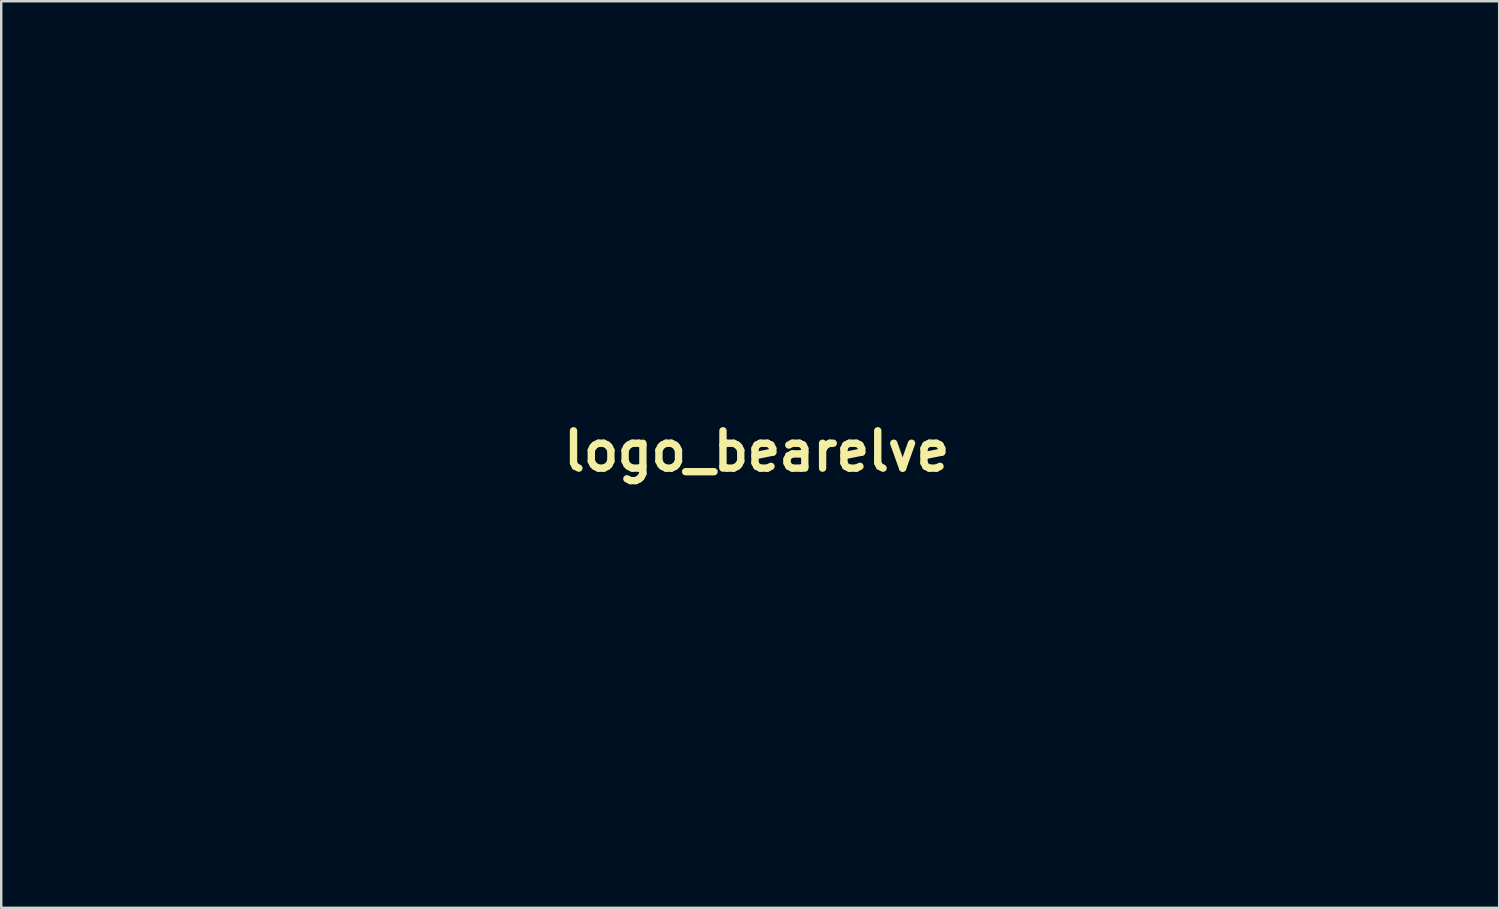
<source format=kicad_pcb>
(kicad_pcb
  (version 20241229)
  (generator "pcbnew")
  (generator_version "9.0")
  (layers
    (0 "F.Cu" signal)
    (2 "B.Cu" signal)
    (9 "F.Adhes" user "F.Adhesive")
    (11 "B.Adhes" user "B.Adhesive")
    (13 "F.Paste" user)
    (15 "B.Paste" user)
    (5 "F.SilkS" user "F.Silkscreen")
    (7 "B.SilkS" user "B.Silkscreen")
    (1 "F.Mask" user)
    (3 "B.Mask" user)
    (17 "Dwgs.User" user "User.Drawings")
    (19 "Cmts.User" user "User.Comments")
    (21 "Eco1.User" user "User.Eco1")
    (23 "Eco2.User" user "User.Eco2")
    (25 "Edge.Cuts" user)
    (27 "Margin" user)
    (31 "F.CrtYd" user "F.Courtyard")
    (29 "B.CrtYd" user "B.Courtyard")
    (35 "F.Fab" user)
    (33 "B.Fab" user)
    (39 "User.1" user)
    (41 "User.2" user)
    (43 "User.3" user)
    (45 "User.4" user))
  (footprint "logo_bearelve"
    (layer "F.Cu")
    (at 27.82 15.357)
    (property "Reference" "logo_bearelve" (at 0 0 0) (layer "F.SilkS") (effects (font (size 1.524 1.524) (thickness 0.3))))
    (attr through_hole)
    (fp_poly (pts (xy -17.695 -1.905) (xy -17.738 -1.863) (xy -17.78 -1.905) (xy -17.738 -1.947) (xy -17.695 -1.905)) (stroke (width 0.01) (type solid)) (fill yes) (layer "F.Mask"))
    (fp_poly (pts (xy -16.595 9.525) (xy -16.637 9.567) (xy -16.679 9.525) (xy -16.637 9.483) (xy -16.595 9.525)) (stroke (width 0.01) (type solid)) (fill yes) (layer "F.Mask"))
    (fp_poly (pts (xy -14.732 -1.82) (xy -14.774 -1.778) (xy -14.817 -1.82) (xy -14.774 -1.863) (xy -14.732 -1.82)) (stroke (width 0.01) (type solid)) (fill yes) (layer "F.Mask"))
    (fp_poly (pts (xy -14.563 -1.397) (xy -14.605 -1.355) (xy -14.647 -1.397) (xy -14.605 -1.439) (xy -14.563 -1.397)) (stroke (width 0.01) (type solid)) (fill yes) (layer "F.Mask"))
    (fp_poly (pts (xy -13.801 -1.397) (xy -13.843 -1.355) (xy -13.885 -1.397) (xy -13.843 -1.439) (xy -13.801 -1.397)) (stroke (width 0.01) (type solid)) (fill yes) (layer "F.Mask"))
    (fp_poly (pts (xy -13.377 -0.466) (xy -13.42 -0.423) (xy -13.462 -0.466) (xy -13.42 -0.508) (xy -13.377 -0.466)) (stroke (width 0.01) (type solid)) (fill yes) (layer "F.Mask"))
    (fp_poly (pts (xy -11.599 -0.889) (xy -11.642 -0.847) (xy -11.684 -0.889) (xy -11.642 -0.931) (xy -11.599 -0.889)) (stroke (width 0.01) (type solid)) (fill yes) (layer "F.Mask"))
    (fp_poly (pts (xy -5.08 1.228) (xy -5.122 1.27) (xy -5.165 1.228) (xy -5.122 1.185) (xy -5.08 1.228)) (stroke (width 0.01) (type solid)) (fill yes) (layer "F.Mask"))
    (fp_poly (pts (xy -2.963 -0.042) (xy -3.006 0) (xy -3.048 -0.042) (xy -3.006 -0.085) (xy -2.963 -0.042)) (stroke (width 0.01) (type solid)) (fill yes) (layer "F.Mask"))
    (fp_poly (pts (xy 2.794 -2.074) (xy 2.752 -2.032) (xy 2.709 -2.074) (xy 2.752 -2.117) (xy 2.794 -2.074)) (stroke (width 0.01) (type solid)) (fill yes) (layer "F.Mask"))
    (fp_poly (pts (xy -11.966 -0.903) (xy -11.956 -0.803) (xy -11.966 -0.79) (xy -12.017 -0.802) (xy -12.023 -0.847) (xy -11.992 -0.916) (xy -11.966 -0.903)) (stroke (width 0.01) (type solid)) (fill yes) (layer "F.Mask"))
    (fp_poly (pts (xy -3.161 -0.141) (xy -3.173 -0.091) (xy -3.217 -0.085) (xy -3.287 -0.116) (xy -3.274 -0.141) (xy -3.173 -0.151) (xy -3.161 -0.141)) (stroke (width 0.01) (type solid)) (fill yes) (layer "F.Mask"))
    (fp_poly (pts (xy -18.714 -3.071) (xy -18.682 -3.009) (xy -18.66 -2.89) (xy -18.717 -2.913) (xy -18.757 -2.969) (xy -18.783 -3.08) (xy -18.773 -3.1) (xy -18.714 -3.071)) (stroke (width 0.01) (type solid)) (fill yes) (layer "F.Mask"))
    (fp_poly (pts (xy 6.422 -0.474) (xy 6.512 -0.389) (xy 6.494 -0.339) (xy 6.482 -0.339) (xy 6.41 -0.399) (xy 6.384 -0.436) (xy 6.374 -0.494) (xy 6.422 -0.474)) (stroke (width 0.01) (type solid)) (fill yes) (layer "F.Mask"))
    (fp_poly (pts (xy 10.258 0.398) (xy 10.329 0.466) (xy 10.402 0.574) (xy 10.352 0.573) (xy 10.197 0.468) (xy 10.107 0.376) (xy 10.128 0.341) (xy 10.258 0.398)) (stroke (width 0.01) (type solid)) (fill yes) (layer "F.Mask"))
    (fp_poly (pts (xy -18.653 -3.417) (xy -18.669 -3.387) (xy -18.749 -3.306) (xy -18.764 -3.302) (xy -18.769 -3.357) (xy -18.754 -3.387) (xy -18.674 -3.468) (xy -18.659 -3.471) (xy -18.653 -3.417)) (stroke (width 0.01) (type solid)) (fill yes) (layer "F.Mask"))
    (fp_poly (pts (xy -14.396 -1.967) (xy -14.393 -1.947) (xy -14.462 -1.873) (xy -14.525 -1.863) (xy -14.613 -1.904) (xy -14.605 -1.947) (xy -14.497 -2.029) (xy -14.473 -2.032) (xy -14.396 -1.967)) (stroke (width 0.01) (type solid)) (fill yes) (layer "F.Mask"))
    (fp_poly (pts (xy -10.782 -0.879) (xy -10.795 -0.847) (xy -10.871 -0.766) (xy -10.885 -0.762) (xy -10.921 -0.828) (xy -10.922 -0.847) (xy -10.857 -0.928) (xy -10.832 -0.931) (xy -10.782 -0.879)) (stroke (width 0.01) (type solid)) (fill yes) (layer "F.Mask"))
    (fp_poly (pts (xy -8.549 -7.601) (xy -8.609 -7.431) (xy -8.684 -7.324) (xy -8.889 -7.07) (xy -8.89 -7.347) (xy -8.849 -7.579) (xy -8.757 -7.676) (xy -8.6 -7.692) (xy -8.549 -7.601)) (stroke (width 0.01) (type solid)) (fill yes) (layer "F.Mask"))
    (fp_poly (pts (xy -3.331 -4.351) (xy -3.344 -4.318) (xy -3.42 -4.237) (xy -3.434 -4.233) (xy -3.47 -4.299) (xy -3.471 -4.318) (xy -3.406 -4.399) (xy -3.382 -4.403) (xy -3.331 -4.351)) (stroke (width 0.01) (type solid)) (fill yes) (layer "F.Mask"))
    (fp_poly (pts (xy -3.217 -2.921) (xy -3.136 -2.813) (xy -3.133 -2.789) (xy -3.197 -2.712) (xy -3.217 -2.709) (xy -3.292 -2.778) (xy -3.302 -2.841) (xy -3.261 -2.929) (xy -3.217 -2.921)) (stroke (width 0.01) (type solid)) (fill yes) (layer "F.Mask"))
    (fp_poly (pts (xy -14.192 -2.361) (xy -14.23 -2.309) (xy -14.332 -2.175) (xy -14.369 -2.124) (xy -14.39 -2.159) (xy -14.393 -2.22) (xy -14.324 -2.361) (xy -14.254 -2.406) (xy -14.163 -2.429) (xy -14.192 -2.361)) (stroke (width 0.01) (type solid)) (fill yes) (layer "F.Mask"))
    (fp_poly (pts (xy -5.614 -1.618) (xy -5.588 -1.439) (xy -5.595 -1.243) (xy -5.628 -1.204) (xy -5.71 -1.31) (xy -5.737 -1.354) (xy -5.833 -1.565) (xy -5.796 -1.676) (xy -5.715 -1.693) (xy -5.614 -1.618)) (stroke (width 0.01) (type solid)) (fill yes) (layer "F.Mask"))
    (fp_poly (pts (xy -3.757 -0.307) (xy -3.541 -0.264) (xy -3.514 -0.254) (xy -3.344 -0.181) (xy -3.514 -0.187) (xy -3.707 -0.206) (xy -3.967 -0.245) (xy -4.022 -0.254) (xy -4.36 -0.315) (xy -4.022 -0.321) (xy -3.757 -0.307)) (stroke (width 0.01) (type solid)) (fill yes) (layer "F.Mask"))
    (fp_poly (pts (xy -3.08 3.858) (xy -2.941 4.067) (xy -2.779 4.355) (xy -2.745 4.421) (xy -2.601 4.723) (xy -2.547 4.904) (xy -2.577 4.986) (xy -2.625 4.995) (xy -2.694 4.925) (xy -2.709 4.831) (xy -2.749 4.669) (xy -2.795 4.614) (xy -2.883 4.506) (xy -3.001 4.303) (xy -3.115 4.068) (xy -3.196 3.864) (xy -3.215 3.773) (xy -3.177 3.752) (xy -3.08 3.858)) (stroke (width 0.01) (type solid)) (fill yes) (layer "F.Mask"))
    (fp_poly (pts (xy -7.956 -6.511) (xy -8.004 -6.372) (xy -8.126 -6.183) (xy -8.128 -6.181) (xy -8.244 -6.013) (xy -8.295 -5.902) (xy -8.295 -5.901) (xy -8.341 -5.794) (xy -8.451 -5.609) (xy -8.501 -5.534) (xy -8.63 -5.356) (xy -8.703 -5.308) (xy -8.748 -5.374) (xy -8.756 -5.396) (xy -8.762 -5.616) (xy -8.69 -5.888) (xy -8.567 -6.14) (xy -8.42 -6.302) (xy -8.404 -6.311) (xy -8.198 -6.436) (xy -8.095 -6.512) (xy -7.985 -6.569) (xy -7.956 -6.511)) (stroke (width 0.01) (type solid)) (fill yes) (layer "F.Mask"))
    (fp_poly (pts (xy -2.468 0.036) (xy -2.12 0.101) (xy -1.624 0.204) (xy -1.564 0.217) (xy -1.088 0.313) (xy -0.593 0.404) (xy -0.145 0.478) (xy 0.122 0.516) (xy 0.441 0.559) (xy 0.69 0.6) (xy 0.824 0.631) (xy 0.835 0.637) (xy 0.797 0.666) (xy 0.617 0.668) (xy 0.318 0.645) (xy -0.076 0.599) (xy -0.423 0.55) (xy -0.796 0.489) (xy -1.214 0.411) (xy -1.643 0.326) (xy -2.048 0.239) (xy -2.394 0.159) (xy -2.647 0.092) (xy -2.774 0.047) (xy -2.779 0.043) (xy -2.782 0.009) (xy -2.684 0.006) (xy -2.468 0.036)) (stroke (width 0.01) (type solid)) (fill yes) (layer "F.Mask"))
    (fp_poly (pts (xy 18.682 7.076) (xy 18.868 7.348) (xy 18.96 7.591) (xy 18.964 7.641) (xy 18.939 7.81) (xy 18.828 7.869) (xy 18.725 7.874) (xy 18.531 7.855) (xy 18.428 7.816) (xy 18.32 7.785) (xy 18.091 7.757) (xy 17.788 7.738) (xy 17.758 7.737) (xy 17.347 7.706) (xy 16.963 7.649) (xy 16.645 7.573) (xy 16.434 7.489) (xy 16.376 7.439) (xy 16.418 7.39) (xy 16.579 7.364) (xy 16.611 7.363) (xy 17.019 7.332) (xy 17.435 7.256) (xy 17.811 7.149) (xy 18.096 7.022) (xy 18.201 6.945) (xy 18.401 6.745) (xy 18.682 7.076)) (stroke (width 0.01) (type solid)) (fill yes) (layer "F.Mask"))
    (fp_poly (pts (xy -15.24 -3.637) (xy -15.295 -3.514) (xy -15.427 -3.346) (xy -15.587 -3.185) (xy -15.726 -3.083) (xy -15.775 -3.071) (xy -15.855 -3.028) (xy -15.855 -2.988) (xy -15.908 -2.85) (xy -16.093 -2.693) (xy -16.377 -2.536) (xy -16.726 -2.399) (xy -16.976 -2.328) (xy -17.372 -2.228) (xy -17.793 -2.114) (xy -18.076 -2.03) (xy -18.334 -1.949) (xy -18.438 -1.908) (xy -18.397 -1.901) (xy -18.224 -1.921) (xy -17.968 -1.935) (xy -17.866 -1.886) (xy -17.865 -1.873) (xy -17.87 -1.827) (xy -17.906 -1.796) (xy -18.004 -1.776) (xy -18.192 -1.761) (xy -18.502 -1.747) (xy -18.754 -1.738) (xy -19.256 -1.702) (xy -19.686 -1.624) (xy -20.087 -1.486) (xy -20.502 -1.272) (xy -20.972 -0.966) (xy -21.251 -0.766) (xy -21.583 -0.532) (xy -21.93 -0.304) (xy -22.218 -0.129) (xy -22.225 -0.125) (xy -22.514 0.058) (xy -22.85 0.3) (xy -23.135 0.528) (xy -23.364 0.71) (xy -23.535 0.821) (xy -23.617 0.842) (xy -23.62 0.831) (xy -23.565 0.719) (xy -23.421 0.524) (xy -23.216 0.285) (xy -23.175 0.24) (xy -22.927 -0.007) (xy -22.642 -0.241) (xy -22.291 -0.482) (xy -21.846 -0.75) (xy -21.278 -1.065) (xy -21.209 -1.102) (xy -20.894 -1.271) (xy -20.526 -1.468) (xy -20.282 -1.598) (xy -19.929 -1.768) (xy -19.591 -1.905) (xy -18.711 -1.905) (xy -18.669 -1.863) (xy -18.627 -1.905) (xy -18.669 -1.947) (xy -18.711 -1.905) (xy -19.591 -1.905) (xy -19.546 -1.923) (xy -19.309 -2.002) (xy -19.035 -2.089) (xy -18.825 -2.169) (xy -18.745 -2.212) (xy -18.602 -2.249) (xy -18.389 -2.234) (xy -18.386 -2.234) (xy -18.058 -2.226) (xy -17.609 -2.313) (xy -17.031 -2.496) (xy -16.891 -2.547) (xy -16.605 -2.672) (xy -16.459 -2.786) (xy -16.427 -2.879) (xy -16.087 -2.879) (xy -16.056 -2.809) (xy -16.03 -2.822) (xy -16.02 -2.923) (xy -16.03 -2.935) (xy -16.081 -2.923) (xy -16.087 -2.879) (xy -16.427 -2.879) (xy -16.425 -2.885) (xy -16.44 -2.977) (xy -16.502 -3.028) (xy -16.64 -3.039) (xy -16.88 -3.012) (xy -17.249 -2.947) (xy -17.385 -2.921) (xy -17.732 -2.86) (xy -18.041 -2.816) (xy -18.253 -2.797) (xy -18.274 -2.797) (xy -18.421 -2.807) (xy -18.415 -2.845) (xy -18.351 -2.886) (xy -18.194 -2.936) (xy -18.123 -2.924) (xy -18.019 -2.94) (xy -17.976 -2.991) (xy -17.874 -3.053) (xy -17.647 -3.136) (xy -17.328 -3.232) (xy -16.95 -3.333) (xy -16.545 -3.433) (xy -16.144 -3.522) (xy -15.781 -3.595) (xy -15.488 -3.642) (xy -15.298 -3.657) (xy -15.24 -3.637)) (stroke (width 0.01) (type solid)) (fill yes) (layer "F.Mask"))
    (fp_poly (pts (xy 10.758 0.753) (xy 11.031 0.85) (xy 11.358 0.873) (xy 11.664 0.824) (xy 11.833 0.74) (xy 11.976 0.691) (xy 12.242 0.651) (xy 12.584 0.623) (xy 12.954 0.608) (xy 13.306 0.609) (xy 13.594 0.628) (xy 13.716 0.649) (xy 13.877 0.706) (xy 14.005 0.806) (xy 14.13 0.985) (xy 14.286 1.28) (xy 14.309 1.327) (xy 14.481 1.652) (xy 14.658 1.946) (xy 14.805 2.151) (xy 14.817 2.165) (xy 15.179 2.56) (xy 15.473 2.853) (xy 15.736 3.073) (xy 16.006 3.249) (xy 16.322 3.41) (xy 16.637 3.55) (xy 17.292 3.833) (xy 17.811 4.065) (xy 18.216 4.26) (xy 18.529 4.428) (xy 18.769 4.583) (xy 18.96 4.736) (xy 19.122 4.901) (xy 19.244 5.047) (xy 19.527 5.437) (xy 19.785 5.85) (xy 20.006 6.262) (xy 20.179 6.647) (xy 20.293 6.979) (xy 20.337 7.232) (xy 20.299 7.38) (xy 20.268 7.401) (xy 20.17 7.377) (xy 20.151 7.281) (xy 20.109 7.08) (xy 19.999 6.785) (xy 19.843 6.444) (xy 19.662 6.106) (xy 19.523 5.884) (xy 19.304 5.576) (xy 19.089 5.314) (xy 18.854 5.083) (xy 18.577 4.864) (xy 18.235 4.642) (xy 17.804 4.399) (xy 17.261 4.12) (xy 16.684 3.835) (xy 15.764 3.389) (xy 14.986 3.013) (xy 14.339 2.704) (xy 13.814 2.456) (xy 13.399 2.264) (xy 13.086 2.125) (xy 12.863 2.034) (xy 12.721 1.986) (xy 12.649 1.975) (xy 12.639 1.98) (xy 12.655 2.068) (xy 12.732 2.259) (xy 12.821 2.444) (xy 12.94 2.686) (xy 13.019 2.864) (xy 13.039 2.925) (xy 12.967 2.945) (xy 12.794 2.923) (xy 12.78 2.92) (xy 12.437 2.928) (xy 12.231 3.002) (xy 11.935 3.082) (xy 11.712 3.015) (xy 11.574 2.806) (xy 11.554 2.728) (xy 11.497 2.487) (xy 11.42 2.208) (xy 11.412 2.181) (xy 11.362 1.952) (xy 11.388 1.804) (xy 11.459 1.708) (xy 11.571 1.564) (xy 11.566 1.483) (xy 11.427 1.447) (xy 11.171 1.439) (xy 10.926 1.454) (xy 10.708 1.511) (xy 10.463 1.632) (xy 10.161 1.82) (xy 9.883 2.007) (xy 9.662 2.168) (xy 9.535 2.275) (xy 9.522 2.291) (xy 9.405 2.388) (xy 9.263 2.458) (xy 9.134 2.523) (xy 9.066 2.612) (xy 9.063 2.748) (xy 9.13 2.953) (xy 9.275 3.249) (xy 9.501 3.658) (xy 9.612 3.852) (xy 9.783 4.215) (xy 9.836 4.528) (xy 9.831 4.626) (xy 9.776 4.679) (xy 9.608 4.667) (xy 9.461 4.634) (xy 9.179 4.542) (xy 9.03 4.424) (xy 8.978 4.247) (xy 8.975 4.191) (xy 8.936 3.995) (xy 8.847 3.779) (xy 8.724 3.393) (xy 8.758 3.003) (xy 8.953 2.606) (xy 9.31 2.197) (xy 9.831 1.772) (xy 10.036 1.63) (xy 10.378 1.394) (xy 10.434 1.349) (xy 12.615 1.349) (xy 12.685 1.446) (xy 12.87 1.599) (xy 13.136 1.784) (xy 13.447 1.981) (xy 13.767 2.168) (xy 14.063 2.323) (xy 14.297 2.425) (xy 14.415 2.453) (xy 14.468 2.385) (xy 14.478 2.3) (xy 14.438 2.115) (xy 14.336 1.863) (xy 14.197 1.588) (xy 14.046 1.336) (xy 13.908 1.155) (xy 13.815 1.089) (xy 13.48 1.084) (xy 13.15 1.118) (xy 12.868 1.182) (xy 12.676 1.266) (xy 12.615 1.349) (xy 10.434 1.349) (xy 10.593 1.221) (xy 10.697 1.086) (xy 10.711 0.964) (xy 10.65 0.831) (xy 10.634 0.805) (xy 10.495 0.593) (xy 10.758 0.753)) (stroke (width 0.01) (type solid)) (fill yes) (layer "F.Mask"))
    (fp_poly (pts (xy 0.201 -3.515) (xy 0.405 -3.453) (xy 0.683 -3.355) (xy 0.728 -3.338) (xy 1.091 -3.205) (xy 1.533 -3.049) (xy 1.973 -2.899) (xy 2.074 -2.865) (xy 2.606 -2.675) (xy 3.086 -2.477) (xy 3.481 -2.286) (xy 3.756 -2.119) (xy 3.81 -2.076) (xy 4.234 -1.792) (xy 4.719 -1.644) (xy 5.146 -1.615) (xy 5.515 -1.598) (xy 5.884 -1.55) (xy 6.108 -1.498) (xy 6.43 -1.392) (xy 6.786 -1.264) (xy 7.138 -1.129) (xy 7.448 -1.002) (xy 7.678 -0.899) (xy 7.789 -0.835) (xy 7.792 -0.832) (xy 7.898 -0.758) (xy 8.11 -0.651) (xy 8.376 -0.533) (xy 8.64 -0.427) (xy 8.851 -0.355) (xy 8.938 -0.339) (xy 9.126 -0.292) (xy 9.379 -0.177) (xy 9.63 -0.028) (xy 9.811 0.117) (xy 9.827 0.135) (xy 9.837 0.18) (xy 9.73 0.133) (xy 9.588 0.045) (xy 9.181 -0.151) (xy 8.847 -0.221) (xy 8.613 -0.231) (xy 8.502 -0.199) (xy 8.468 -0.107) (xy 8.467 -0.045) (xy 8.435 0.133) (xy 8.382 0.212) (xy 8.309 0.193) (xy 8.297 0.136) (xy 8.223 -0.127) (xy 8.029 -0.396) (xy 7.759 -0.631) (xy 7.457 -0.794) (xy 7.198 -0.847) (xy 7.071 -0.82) (xy 7.082 -0.757) (xy 7.209 -0.682) (xy 7.367 -0.635) (xy 7.545 -0.564) (xy 7.62 -0.47) (xy 7.62 -0.468) (xy 7.688 -0.38) (xy 7.763 -0.369) (xy 7.888 -0.306) (xy 7.993 -0.088) (xy 8.007 -0.042) (xy 8.057 0.263) (xy 7.986 0.456) (xy 7.786 0.545) (xy 7.461 0.541) (xy 7.231 0.519) (xy 7.144 0.528) (xy 7.176 0.58) (xy 7.234 0.629) (xy 7.43 0.717) (xy 7.709 0.76) (xy 7.771 0.762) (xy 8.016 0.747) (xy 8.141 0.687) (xy 8.188 0.593) (xy 8.258 0.455) (xy 8.313 0.423) (xy 8.353 0.485) (xy 8.328 0.626) (xy 8.259 0.779) (xy 8.18 0.867) (xy 7.993 0.914) (xy 7.687 0.909) (xy 7.305 0.85) (xy 7.239 0.836) (xy 6.347 0.679) (xy 5.548 0.627) (xy 4.934 0.669) (xy 4.695 0.694) (xy 4.349 0.716) (xy 3.925 0.733) (xy 3.45 0.747) (xy 2.95 0.757) (xy 2.453 0.762) (xy 1.985 0.762) (xy 1.575 0.757) (xy 1.248 0.747) (xy 1.033 0.732) (xy 0.956 0.711) (xy 0.958 0.708) (xy 1.012 0.679) (xy 1.125 0.656) (xy 1.315 0.639) (xy 1.603 0.626) (xy 2.009 0.616) (xy 2.553 0.608) (xy 2.942 0.605) (xy 3.388 0.596) (xy 3.767 0.58) (xy 4.051 0.558) (xy 4.21 0.533) (xy 4.233 0.518) (xy 4.154 0.484) (xy 3.939 0.445) (xy 3.621 0.407) (xy 3.239 0.374) (xy 2.244 0.305) (xy 3.302 0.239) (xy 3.74 0.207) (xy 4.144 0.167) (xy 4.469 0.125) (xy 4.666 0.087) (xy 4.973 0.025) (xy 5.282 0.003) (xy 5.543 0.02) (xy 5.704 0.076) (xy 5.723 0.097) (xy 5.718 0.158) (xy 5.574 0.142) (xy 5.358 0.132) (xy 5.088 0.174) (xy 5.033 0.189) (xy 4.882 0.237) (xy 4.824 0.27) (xy 4.878 0.294) (xy 5.063 0.317) (xy 5.395 0.345) (xy 5.461 0.35) (xy 5.825 0.37) (xy 6.229 0.379) (xy 6.634 0.378) (xy 7.003 0.367) (xy 7.297 0.347) (xy 7.478 0.319) (xy 7.514 0.303) (xy 7.468 0.243) (xy 7.314 0.122) (xy 7.122 -0.01) (xy 6.889 -0.169) (xy 6.778 -0.273) (xy 6.768 -0.353) (xy 6.826 -0.435) (xy 6.9 -0.541) (xy 6.862 -0.619) (xy 6.7 -0.714) (xy 6.448 -0.815) (xy 6.246 -0.846) (xy 6.131 -0.805) (xy 6.127 -0.72) (xy 6.138 -0.606) (xy 6.115 -0.586) (xy 5.594 -0.483) (xy 5.315 -0.371) (xy 5.098 -0.301) (xy 4.873 -0.29) (xy 4.691 -0.33) (xy 4.6 -0.415) (xy 4.605 -0.471) (xy 4.621 -0.571) (xy 4.555 -0.621) (xy 4.38 -0.627) (xy 4.07 -0.594) (xy 4.004 -0.584) (xy 3.657 -0.554) (xy 3.384 -0.565) (xy 3.284 -0.589) (xy 3.173 -0.648) (xy 3.228 -0.672) (xy 3.228 -0.672) (xy 3.396 -0.738) (xy 3.471 -0.804) (xy 3.618 -0.877) (xy 3.88 -0.919) (xy 4.203 -0.931) (xy 4.535 -0.914) (xy 4.825 -0.867) (xy 4.995 -0.804) (xy 5.239 -0.702) (xy 5.419 -0.693) (xy 5.502 -0.78) (xy 5.503 -0.801) (xy 5.451 -0.903) (xy 6.802 -0.903) (xy 6.813 -0.853) (xy 6.858 -0.847) (xy 6.928 -0.878) (xy 6.914 -0.903) (xy 6.814 -0.913) (xy 6.802 -0.903) (xy 5.451 -0.903) (xy 5.438 -0.927) (xy 5.294 -1.037) (xy 5.145 -1.083) (xy 5.099 -1.071) (xy 4.991 -1.068) (xy 4.765 -1.094) (xy 4.468 -1.144) (xy 4.445 -1.149) (xy 4.085 -1.209) (xy 3.736 -1.252) (xy 3.499 -1.267) (xy 3.23 -1.297) (xy 3.049 -1.404) (xy 2.968 -1.495) (xy 2.831 -1.642) (xy 2.709 -1.669) (xy 2.57 -1.619) (xy 2.399 -1.558) (xy 2.309 -1.558) (xy 2.302 -1.652) (xy 2.401 -1.744) (xy 2.532 -1.778) (xy 2.662 -1.818) (xy 2.963 -1.818) (xy 3.034 -1.698) (xy 3.193 -1.601) (xy 3.36 -1.569) (xy 3.413 -1.585) (xy 3.416 -1.651) (xy 3.725 -1.651) (xy 3.768 -1.609) (xy 3.81 -1.651) (xy 3.768 -1.693) (xy 3.725 -1.651) (xy 3.416 -1.651) (xy 3.416 -1.668) (xy 3.337 -1.786) (xy 3.293 -1.82) (xy 3.471 -1.82) (xy 3.514 -1.778) (xy 3.556 -1.82) (xy 3.514 -1.863) (xy 3.471 -1.82) (xy 3.293 -1.82) (xy 3.169 -1.917) (xy 3.031 -1.936) (xy 2.965 -1.841) (xy 2.963 -1.818) (xy 2.662 -1.818) (xy 2.706 -1.831) (xy 2.864 -1.935) (xy 3.046 -2.092) (xy 2.729 -2.229) (xy 2.498 -2.326) (xy 2.172 -2.458) (xy 1.813 -2.6) (xy 1.737 -2.629) (xy 1.425 -2.762) (xy 1.088 -2.923) (xy 0.757 -3.094) (xy 0.464 -3.259) (xy 0.242 -3.398) (xy 0.122 -3.496) (xy 0.113 -3.528) (xy 0.201 -3.515)) (stroke (width 0.01) (type solid)) (fill yes) (layer "F.Mask"))
    (fp_poly (pts (xy -24.744 2.407) (xy -24.831 2.589) (xy -25.014 2.907) (xy -25.019 2.915) (xy -25.168 3.166) (xy -25.274 3.352) (xy -25.315 3.435) (xy -25.315 3.435) (xy -25.358 3.515) (xy -25.468 3.69) (xy -25.558 3.827) (xy -25.729 4.119) (xy -25.87 4.426) (xy -25.908 4.53) (xy -25.995 4.797) (xy -26.075 5.027) (xy -26.088 5.063) (xy -26.145 5.299) (xy -26.162 5.502) (xy -26.189 5.696) (xy -26.247 5.8) (xy -26.318 5.931) (xy -26.333 6.161) (xy -26.296 6.431) (xy -26.214 6.681) (xy -26.156 6.781) (xy -25.998 6.952) (xy -25.803 7.02) (xy -25.645 7.027) (xy -25.285 6.978) (xy -25.018 6.818) (xy -24.826 6.529) (xy -24.69 6.094) (xy -24.687 6.08) (xy -24.597 5.898) (xy -24.408 5.645) (xy -24.152 5.356) (xy -23.861 5.067) (xy -23.567 4.814) (xy -23.453 4.728) (xy -23.24 4.587) (xy -22.915 4.385) (xy -22.513 4.143) (xy -22.071 3.882) (xy -21.624 3.624) (xy -21.208 3.389) (xy -21.124 3.343) (xy -20.867 3.195) (xy -20.657 3.063) (xy -20.574 3.003) (xy -20.44 2.928) (xy -20.19 2.819) (xy -19.867 2.693) (xy -19.705 2.635) (xy -19.297 2.502) (xy -18.994 2.431) (xy -18.746 2.413) (xy -18.58 2.427) (xy -18.342 2.473) (xy -18.183 2.529) (xy -18.154 2.552) (xy -18.04 2.6) (xy -17.807 2.619) (xy -17.504 2.612) (xy -17.178 2.578) (xy -16.943 2.535) (xy -16.672 2.485) (xy -16.544 2.502) (xy -16.542 2.598) (xy -16.626 2.746) (xy -16.726 2.927) (xy -16.764 3.049) (xy -16.812 3.16) (xy -16.934 3.351) (xy -17.098 3.58) (xy -17.271 3.803) (xy -17.422 3.978) (xy -17.518 4.062) (xy -17.527 4.064) (xy -17.593 4.136) (xy -17.649 4.289) (xy -17.749 4.498) (xy -17.919 4.713) (xy -17.942 4.734) (xy -18.069 4.898) (xy -18.173 5.106) (xy -18.237 5.309) (xy -18.245 5.457) (xy -18.197 5.503) (xy -18.154 5.564) (xy -18.194 5.719) (xy -18.299 5.925) (xy -18.45 6.138) (xy -18.471 6.162) (xy -18.619 6.355) (xy -18.704 6.504) (xy -18.711 6.537) (xy -18.764 6.67) (xy -18.849 6.785) (xy -18.932 6.944) (xy -18.925 7.087) (xy -18.838 7.158) (xy -18.767 7.148) (xy -18.687 7.18) (xy -18.656 7.316) (xy -18.673 7.501) (xy -18.738 7.675) (xy -18.765 7.714) (xy -18.908 7.973) (xy -18.888 8.204) (xy -18.748 8.388) (xy -18.588 8.519) (xy -18.481 8.574) (xy -18.472 8.572) (xy -18.419 8.618) (xy -18.415 8.657) (xy -18.349 8.805) (xy -18.145 8.878) (xy -17.971 8.889) (xy -17.759 8.93) (xy -17.695 9.04) (xy -17.787 9.201) (xy -17.797 9.212) (xy -17.825 9.275) (xy -17.727 9.307) (xy -17.522 9.315) (xy -17.194 9.34) (xy -17 9.425) (xy -16.913 9.588) (xy -16.9 9.707) (xy -16.859 9.892) (xy -16.725 9.97) (xy -16.679 9.978) (xy -16.475 10.032) (xy -16.366 10.091) (xy -16.227 10.136) (xy -16.177 10.121) (xy -16.022 10.11) (xy -15.863 10.209) (xy -15.76 10.374) (xy -15.748 10.454) (xy -15.668 10.67) (xy -15.493 10.838) (xy -15.32 10.998) (xy -15.305 11.113) (xy -15.446 11.171) (xy -15.541 11.176) (xy -15.709 11.222) (xy -15.748 11.327) (xy -15.817 11.463) (xy -15.896 11.495) (xy -16.088 11.521) (xy -16.298 11.556) (xy -16.932 11.665) (xy -17.42 11.745) (xy -17.782 11.799) (xy -17.907 11.814) (xy -18.295 11.876) (xy -18.623 11.958) (xy -18.857 12.048) (xy -18.963 12.137) (xy -18.965 12.151) (xy -18.93 12.23) (xy -18.809 12.287) (xy -18.58 12.326) (xy -18.222 12.352) (xy -17.822 12.366) (xy -17.207 12.383) (xy -16.672 12.399) (xy -16.237 12.413) (xy -15.923 12.425) (xy -15.75 12.434) (xy -15.728 12.436) (xy -15.686 12.515) (xy -15.685 12.626) (xy -15.669 12.741) (xy -15.566 12.834) (xy -15.344 12.933) (xy -15.24 12.971) (xy -14.873 13.093) (xy -14.475 13.213) (xy -14.309 13.259) (xy -14.037 13.345) (xy -13.831 13.434) (xy -13.757 13.486) (xy -13.51 13.687) (xy -13.124 13.879) (xy -12.63 14.052) (xy -12.059 14.197) (xy -11.442 14.304) (xy -11.049 14.346) (xy -10.693 14.381) (xy -10.268 14.431) (xy -9.906 14.479) (xy -9.088 14.593) (xy -8.416 14.681) (xy -7.868 14.742) (xy -7.424 14.78) (xy -7.063 14.795) (xy -6.763 14.787) (xy -6.502 14.759) (xy -6.261 14.711) (xy -6.181 14.691) (xy -5.671 14.548) (xy -5.151 14.384) (xy -4.666 14.216) (xy -4.264 14.06) (xy -4.046 13.961) (xy -3.804 13.8) (xy -3.636 13.617) (xy -3.573 13.452) (xy -3.59 13.392) (xy -3.552 13.307) (xy -3.416 13.136) (xy -3.206 12.908) (xy -3.085 12.786) (xy -2.815 12.509) (xy -2.649 12.306) (xy -2.563 12.141) (xy -2.532 11.976) (xy -2.531 11.945) (xy -2.527 11.771) (xy -2.521 11.457) (xy -2.514 11.035) (xy -2.505 10.534) (xy -2.497 9.984) (xy -2.494 9.821) (xy -2.484 9.185) (xy -2.472 8.514) (xy -2.461 7.86) (xy -2.449 7.275) (xy -2.44 6.816) (xy -2.435 6.368) (xy -2.441 5.967) (xy -2.456 5.651) (xy -2.478 5.456) (xy -2.486 5.429) (xy -2.517 5.292) (xy -2.479 5.277) (xy -2.407 5.381) (xy -2.318 5.587) (xy -2.282 5.69) (xy -2.186 5.938) (xy -2.086 6.126) (xy -2.056 6.166) (xy -1.966 6.339) (xy -1.947 6.462) (xy -1.907 6.67) (xy -1.82 6.889) (xy -1.729 7.109) (xy -1.693 7.286) (xy -1.656 7.441) (xy -1.617 7.488) (xy -1.573 7.598) (xy -1.584 7.705) (xy -1.578 7.843) (xy -1.492 7.874) (xy -1.377 7.944) (xy -1.355 8.03) (xy -1.311 8.244) (xy -1.203 8.483) (xy -1.068 8.677) (xy -0.972 8.752) (xy -0.86 8.854) (xy -0.846 8.909) (xy -0.785 9.049) (xy -0.633 9.245) (xy -0.434 9.449) (xy -0.233 9.615) (xy -0.093 9.692) (xy 0.039 9.773) (xy 0.061 9.849) (xy 0.089 9.985) (xy 0.205 10.115) (xy 0.322 10.16) (xy 0.438 10.218) (xy 0.508 10.287) (xy 0.661 10.395) (xy 0.747 10.414) (xy 0.884 10.447) (xy 1.127 10.536) (xy 1.431 10.663) (xy 1.52 10.703) (xy 1.899 10.869) (xy 2.293 11.036) (xy 2.619 11.168) (xy 2.635 11.174) (xy 3.012 11.362) (xy 3.372 11.643) (xy 3.583 11.852) (xy 3.826 12.092) (xy 4.044 12.283) (xy 4.197 12.39) (xy 4.218 12.399) (xy 4.357 12.516) (xy 4.43 12.69) (xy 4.485 12.839) (xy 4.599 12.955) (xy 4.798 13.05) (xy 5.109 13.136) (xy 5.556 13.224) (xy 5.673 13.244) (xy 6.095 13.328) (xy 6.538 13.433) (xy 6.912 13.538) (xy 6.943 13.548) (xy 7.217 13.634) (xy 7.484 13.708) (xy 7.759 13.77) (xy 8.054 13.823) (xy 8.386 13.866) (xy 8.767 13.9) (xy 9.212 13.926) (xy 9.734 13.945) (xy 10.349 13.957) (xy 11.071 13.963) (xy 11.912 13.964) (xy 12.889 13.96) (xy 14.013 13.953) (xy 14.579 13.949) (xy 15.131 13.954) (xy 15.516 13.977) (xy 15.735 14.02) (xy 15.774 14.041) (xy 15.941 14.104) (xy 16.025 14.093) (xy 16.167 14.097) (xy 16.211 14.135) (xy 16.312 14.19) (xy 16.347 14.178) (xy 16.42 14.192) (xy 16.425 14.222) (xy 16.508 14.273) (xy 16.753 14.299) (xy 17.101 14.301) (xy 17.468 14.283) (xy 17.676 14.248) (xy 17.722 14.198) (xy 17.73 14.147) (xy 17.808 14.167) (xy 18.007 14.248) (xy 18.076 14.275) (xy 18.185 14.27) (xy 18.203 14.223) (xy 18.26 14.164) (xy 18.445 14.144) (xy 18.711 14.156) (xy 18.979 14.167) (xy 19.163 14.158) (xy 19.219 14.136) (xy 19.293 14.094) (xy 19.452 14.076) (xy 19.6 14.073) (xy 19.886 14.068) (xy 20.281 14.06) (xy 20.762 14.051) (xy 21.3 14.04) (xy 21.87 14.029) (xy 22.445 14.017) (xy 22.999 14.006) (xy 23.506 13.996) (xy 23.939 13.987) (xy 24.272 13.98) (xy 24.479 13.975) (xy 24.532 13.974) (xy 24.614 13.899) (xy 24.638 13.776) (xy 24.676 13.579) (xy 24.771 13.326) (xy 24.805 13.256) (xy 24.899 13.043) (xy 24.938 12.897) (xy 24.935 12.87) (xy 24.841 12.841) (xy 24.612 12.808) (xy 24.284 12.773) (xy 23.9 12.743) (xy 23.422 12.711) (xy 23.067 12.692) (xy 22.789 12.685) (xy 22.54 12.69) (xy 22.276 12.708) (xy 21.95 12.739) (xy 21.882 12.746) (xy 21.497 12.768) (xy 21.146 12.743) (xy 20.746 12.664) (xy 20.595 12.626) (xy 20.229 12.542) (xy 19.882 12.482) (xy 19.621 12.457) (xy 19.583 12.458) (xy 19.289 12.44) (xy 18.962 12.384) (xy 18.891 12.366) (xy 18.266 12.223) (xy 17.476 12.09) (xy 16.525 11.969) (xy 15.417 11.859) (xy 15.325 11.852) (xy 14.833 11.807) (xy 14.305 11.756) (xy 13.821 11.705) (xy 13.589 11.678) (xy 13.269 11.648) (xy 12.819 11.615) (xy 12.278 11.581) (xy 11.686 11.55) (xy 11.082 11.524) (xy 10.964 11.52) (xy 10.403 11.496) (xy 9.884 11.469) (xy 9.436 11.44) (xy 9.089 11.412) (xy 8.872 11.385) (xy 8.831 11.377) (xy 8.616 11.247) (xy 8.365 10.976) (xy 8.093 10.583) (xy 7.818 10.089) (xy 7.789 10.033) (xy 7.678 9.83) (xy 7.512 9.549) (xy 7.339 9.271) (xy 7.07 8.819) (xy 6.796 8.302) (xy 6.529 7.751) (xy 6.283 7.197) (xy 6.069 6.669) (xy 5.902 6.199) (xy 5.794 5.815) (xy 5.757 5.56) (xy 5.764 5.439) (xy 5.796 5.414) (xy 5.872 5.498) (xy 6.012 5.707) (xy 6.077 5.808) (xy 6.281 6.141) (xy 6.482 6.492) (xy 6.606 6.725) (xy 6.746 6.949) (xy 6.957 7.221) (xy 7.208 7.51) (xy 7.47 7.785) (xy 7.714 8.014) (xy 7.91 8.166) (xy 8.017 8.213) (xy 8.119 8.266) (xy 8.128 8.3) (xy 8.203 8.39) (xy 8.4 8.506) (xy 8.678 8.632) (xy 8.995 8.752) (xy 9.308 8.85) (xy 9.577 8.91) (xy 9.754 8.918) (xy 9.926 8.919) (xy 10.232 8.954) (xy 10.643 9.017) (xy 11.13 9.103) (xy 11.663 9.208) (xy 12.211 9.326) (xy 12.319 9.35) (xy 12.704 9.436) (xy 13.104 9.521) (xy 13.377 9.576) (xy 13.665 9.641) (xy 13.899 9.708) (xy 13.99 9.744) (xy 14.175 9.81) (xy 14.257 9.821) (xy 14.428 9.876) (xy 14.67 10.016) (xy 14.934 10.206) (xy 15.175 10.41) (xy 15.343 10.593) (xy 15.383 10.661) (xy 15.523 10.844) (xy 15.781 10.996) (xy 16.173 11.122) (xy 16.713 11.229) (xy 16.891 11.256) (xy 17.828 11.402) (xy 18.624 11.555) (xy 19.308 11.722) (xy 19.907 11.91) (xy 20.45 12.127) (xy 20.707 12.247) (xy 21.255 12.468) (xy 21.731 12.554) (xy 22.161 12.504) (xy 22.532 12.342) (xy 22.877 12.117) (xy 23.082 11.92) (xy 23.167 11.723) (xy 23.155 11.51) (xy 23.045 11.192) (xy 22.862 10.83) (xy 22.646 10.505) (xy 22.613 10.464) (xy 22.529 10.351) (xy 22.574 10.332) (xy 22.691 10.36) (xy 22.939 10.42) (xy 23.156 10.464) (xy 23.48 10.526) (xy 23.671 10.574) (xy 23.763 10.623) (xy 23.791 10.684) (xy 23.791 10.704) (xy 23.863 10.809) (xy 24.038 10.907) (xy 24.058 10.914) (xy 24.265 10.984) (xy 24.359 10.997) (xy 24.383 10.951) (xy 24.384 10.901) (xy 24.317 10.811) (xy 24.126 10.639) (xy 23.831 10.399) (xy 23.447 10.103) (xy 22.992 9.764) (xy 22.483 9.396) (xy 21.939 9.012) (xy 21.375 8.624) (xy 21.268 8.551) (xy 20.895 8.295) (xy 20.575 8.066) (xy 20.333 7.883) (xy 20.195 7.765) (xy 20.173 7.737) (xy 20.218 7.643) (xy 20.317 7.596) (xy 20.453 7.59) (xy 20.489 7.627) (xy 20.558 7.71) (xy 20.755 7.876) (xy 21.068 8.118) (xy 21.484 8.425) (xy 21.99 8.788) (xy 22.574 9.198) (xy 23.224 9.645) (xy 23.515 9.844) (xy 23.777 10.035) (xy 23.98 10.208) (xy 24.084 10.328) (xy 24.088 10.338) (xy 24.195 10.473) (xy 24.341 10.568) (xy 24.524 10.729) (xy 24.6 10.898) (xy 24.665 11.159) (xy 24.73 11.291) (xy 24.827 11.333) (xy 24.949 11.328) (xy 25.153 11.355) (xy 25.285 11.511) (xy 25.427 11.692) (xy 25.565 11.784) (xy 25.697 11.87) (xy 25.74 11.967) (xy 25.673 12.022) (xy 25.654 12.023) (xy 25.577 12.09) (xy 25.569 12.137) (xy 25.511 12.274) (xy 25.398 12.405) (xy 25.303 12.506) (xy 25.29 12.585) (xy 25.378 12.661) (xy 25.588 12.749) (xy 25.94 12.867) (xy 25.95 12.871) (xy 26.535 13.08) (xy 26.952 13.276) (xy 27.2 13.459) (xy 27.256 13.534) (xy 27.28 13.717) (xy 27.168 13.848) (xy 27.008 13.885) (xy 26.857 13.933) (xy 26.649 14.052) (xy 26.593 14.091) (xy 26.299 14.245) (xy 25.899 14.339) (xy 25.751 14.357) (xy 25.364 14.417) (xy 24.96 14.508) (xy 24.723 14.578) (xy 24.433 14.651) (xy 23.983 14.725) (xy 23.381 14.799) (xy 22.636 14.874) (xy 21.756 14.948) (xy 20.751 15.021) (xy 19.628 15.091) (xy 18.398 15.158) (xy 17.611 15.197) (xy 16.931 15.23) (xy 16.304 15.262) (xy 15.749 15.292) (xy 15.287 15.32) (xy 14.938 15.343) (xy 14.724 15.36) (xy 14.665 15.368) (xy 14.546 15.381) (xy 14.272 15.391) (xy 13.861 15.4) (xy 13.327 15.406) (xy 12.686 15.411) (xy 11.954 15.415) (xy 11.146 15.417) (xy 10.279 15.417) (xy 9.367 15.416) (xy 8.426 15.414) (xy 7.472 15.41) (xy 6.521 15.405) (xy 5.588 15.398) (xy 4.689 15.391) (xy 3.84 15.382) (xy 3.055 15.372) (xy 2.351 15.361) (xy 1.743 15.349) (xy 1.248 15.337) (xy 0.88 15.323) (xy 0.804 15.319) (xy -0.173 15.278) (xy -1.146 15.259) (xy -2.087 15.263) (xy -2.966 15.287) (xy -3.754 15.333) (xy -4.421 15.398) (xy -4.784 15.452) (xy -5.343 15.528) (xy -6.028 15.581) (xy -6.798 15.612) (xy -7.61 15.62) (xy -8.424 15.604) (xy -9.197 15.563) (xy -9.483 15.539) (xy -9.797 15.515) (xy -10.169 15.495) (xy -10.611 15.48) (xy -11.138 15.468) (xy -11.76 15.46) (xy -12.492 15.456) (xy -13.346 15.456) (xy -14.335 15.459) (xy -15.471 15.465) (xy -16.341 15.472) (xy -17.68 15.481) (xy -18.863 15.487) (xy -19.9 15.488) (xy -20.803 15.483) (xy -21.585 15.471) (xy -22.257 15.452) (xy -22.832 15.423) (xy -23.32 15.385) (xy -23.735 15.335) (xy -24.088 15.274) (xy -24.391 15.199) (xy -24.657 15.111) (xy -24.896 15.007) (xy -25.12 14.888) (xy -25.343 14.751) (xy -25.434 14.691) (xy -25.794 14.389) (xy -26.158 13.972) (xy -26.49 13.489) (xy -26.749 12.996) (xy -26.896 12.624) (xy -27.067 12.139) (xy -27.244 11.593) (xy -27.411 11.038) (xy -27.553 10.525) (xy -27.621 10.245) (xy -27.707 9.769) (xy -27.768 9.221) (xy -27.805 8.643) (xy -27.809 8.402) (xy -24.618 8.402) (xy -24.597 8.676) (xy -24.537 8.859) (xy -24.533 8.864) (xy -24.488 9.002) (xy -24.458 9.244) (xy -24.45 9.414) (xy -24.389 9.821) (xy -24.231 10.161) (xy -23.998 10.396) (xy -23.859 10.462) (xy -23.655 10.561) (xy -23.556 10.637) (xy -23.416 10.731) (xy -23.263 10.724) (xy -23.072 10.604) (xy -22.818 10.359) (xy -22.713 10.245) (xy -22.484 10.007) (xy -22.286 9.829) (xy -22.153 9.741) (xy -22.133 9.737) (xy -22.025 9.689) (xy -22.013 9.652) (xy -21.942 9.583) (xy -21.842 9.567) (xy -21.674 9.491) (xy -21.593 9.364) (xy -21.504 9.189) (xy -21.432 9.109) (xy -21.359 8.997) (xy -21.295 8.796) (xy -21.292 8.783) (xy -21.21 8.52) (xy -21.107 8.308) (xy -21.026 8.102) (xy -21.069 7.911) (xy -21.231 7.755) (xy -21.532 7.683) (xy -21.959 7.697) (xy -22.183 7.731) (xy -22.488 7.785) (xy -22.775 7.835) (xy -22.836 7.845) (xy -23.124 7.835) (xy -23.411 7.704) (xy -23.726 7.575) (xy -24.045 7.552) (xy -24.322 7.628) (xy -24.512 7.797) (xy -24.541 7.857) (xy -24.6 8.105) (xy -24.618 8.402) (xy -27.809 8.402) (xy -27.815 8.075) (xy -27.799 7.56) (xy -27.755 7.137) (xy -27.701 6.9) (xy -27.585 6.591) (xy -27.433 6.233) (xy -27.258 5.859) (xy -27.078 5.498) (xy -26.909 5.183) (xy -26.764 4.943) (xy -26.662 4.811) (xy -26.628 4.795) (xy -26.537 4.746) (xy -26.408 4.565) (xy -26.296 4.351) (xy -26.106 4.006) (xy -25.871 3.654) (xy -25.734 3.479) (xy -25.48 3.181) (xy -25.202 2.85) (xy -25.062 2.683) (xy -24.86 2.453) (xy -24.754 2.361) (xy -24.744 2.407)) (stroke (width 0.01) (type solid)) (fill yes) (layer "F.Mask"))
    (fp_poly (pts (xy -7.539 -15.329) (xy -7.535 -15.28) (xy -7.559 -15.135) (xy -7.624 -14.861) (xy -7.721 -14.491) (xy -7.84 -14.058) (xy -7.973 -13.595) (xy -8.111 -13.135) (xy -8.244 -12.71) (xy -8.307 -12.518) (xy -8.461 -11.973) (xy -8.542 -11.495) (xy -8.551 -11.309) (xy -8.544 -11.089) (xy -8.51 -10.896) (xy -8.436 -10.692) (xy -8.305 -10.436) (xy -8.102 -10.088) (xy -8.036 -9.978) (xy -7.805 -9.579) (xy -7.588 -9.172) (xy -7.413 -8.812) (xy -7.326 -8.609) (xy -7.215 -8.34) (xy -7.115 -8.143) (xy -7.051 -8.065) (xy -6.966 -8.116) (xy -6.823 -8.275) (xy -6.668 -8.485) (xy -6.113 -9.189) (xy -5.427 -9.864) (xy -4.784 -10.375) (xy -4.399 -10.655) (xy -3.978 -10.964) (xy -3.599 -11.246) (xy -3.514 -11.31) (xy -3.117 -11.585) (xy -2.738 -11.805) (xy -2.399 -11.961) (xy -2.125 -12.044) (xy -1.939 -12.045) (xy -1.863 -11.956) (xy -1.863 -11.942) (xy -1.909 -11.844) (xy -2.032 -11.65) (xy -2.206 -11.402) (xy -2.225 -11.376) (xy -2.391 -11.137) (xy -2.543 -10.886) (xy -2.699 -10.59) (xy -2.875 -10.214) (xy -3.09 -9.727) (xy -3.177 -9.525) (xy -3.281 -9.258) (xy -3.408 -8.897) (xy -3.539 -8.5) (xy -3.657 -8.121) (xy -3.742 -7.819) (xy -3.765 -7.724) (xy -3.832 -7.512) (xy -3.954 -7.217) (xy -4.111 -6.874) (xy -4.287 -6.519) (xy -4.462 -6.188) (xy -4.619 -5.918) (xy -4.739 -5.745) (xy -4.788 -5.702) (xy -4.898 -5.602) (xy -4.911 -5.55) (xy -4.968 -5.419) (xy -5.081 -5.291) (xy -5.195 -5.164) (xy -5.18 -5.091) (xy -5.023 -5.063) (xy -4.761 -5.067) (xy -4.504 -5.064) (xy -4.128 -5.041) (xy -3.675 -5.002) (xy -3.188 -4.952) (xy -2.71 -4.896) (xy -2.284 -4.838) (xy -1.952 -4.783) (xy -1.794 -4.747) (xy -1.572 -4.66) (xy -1.313 -4.528) (xy -1.062 -4.378) (xy -0.865 -4.238) (xy -0.766 -4.134) (xy -0.762 -4.118) (xy -0.83 -4.081) (xy -0.953 -4.096) (xy -1.193 -4.16) (xy -1.355 -4.202) (xy -1.38 -4.191) (xy -1.274 -4.118) (xy -1.06 -3.995) (xy -0.889 -3.904) (xy -0.51 -3.688) (xy -0.073 -3.411) (xy 0.349 -3.12) (xy 0.508 -3.002) (xy 0.98 -2.643) (xy 1.337 -2.375) (xy 1.6 -2.187) (xy 1.789 -2.067) (xy 1.925 -2.003) (xy 2.026 -1.984) (xy 2.114 -1.999) (xy 2.203 -2.033) (xy 2.409 -2.091) (xy 2.557 -2.09) (xy 2.586 -2.052) (xy 2.503 -2.039) (xy 2.321 -1.978) (xy 2.162 -1.865) (xy 2.107 -1.809) (xy 2.062 -1.769) (xy 2.008 -1.755) (xy 1.928 -1.778) (xy 1.804 -1.849) (xy 1.618 -1.978) (xy 1.352 -2.176) (xy 0.989 -2.452) (xy 0.511 -2.817) (xy 0.422 -2.885) (xy -0.22 -3.33) (xy -0.903 -3.726) (xy -1.598 -4.06) (xy -2.16 -4.276) (xy -1.693 -4.276) (xy -1.651 -4.233) (xy -1.609 -4.276) (xy -1.651 -4.318) (xy -1.693 -4.276) (xy -2.16 -4.276) (xy -2.272 -4.319) (xy -2.896 -4.489) (xy -3.438 -4.559) (xy -3.585 -4.559) (xy -3.829 -4.52) (xy -3.966 -4.411) (xy -4 -4.348) (xy -4.133 -4.175) (xy -4.256 -4.099) (xy -4.365 -4.004) (xy -4.382 -3.81) (xy -4.305 -3.506) (xy -4.131 -3.079) (xy -4.063 -2.933) (xy -3.912 -2.583) (xy -3.851 -2.37) (xy -3.882 -2.296) (xy -4.005 -2.362) (xy -4.053 -2.403) (xy -4.16 -2.486) (xy -4.217 -2.459) (xy -4.26 -2.298) (xy -4.271 -2.236) (xy -4.33 -1.925) (xy -5.234 -1.984) (xy -5.647 -2.015) (xy -5.926 -2.048) (xy -6.105 -2.093) (xy -6.22 -2.157) (xy -6.289 -2.228) (xy -6.581 -2.686) (xy -6.666 -2.993) (xy -6.405 -2.993) (xy -6.346 -2.899) (xy -6.336 -2.891) (xy -6.198 -2.777) (xy -6.004 -2.616) (xy -5.969 -2.587) (xy -5.671 -2.415) (xy -5.383 -2.383) (xy -5.139 -2.492) (xy -5.059 -2.58) (xy -4.983 -2.695) (xy -4.97 -2.779) (xy -5.045 -2.849) (xy -5.231 -2.927) (xy -5.551 -3.03) (xy -5.634 -3.055) (xy -5.941 -3.145) (xy -6.131 -3.18) (xy -6.247 -3.165) (xy -6.327 -3.108) (xy -6.405 -2.993) (xy -6.666 -2.993) (xy -6.708 -3.144) (xy -6.712 -3.197) (xy -6.731 -3.514) (xy -6.223 -3.517) (xy -5.837 -3.533) (xy -5.486 -3.572) (xy -5.205 -3.628) (xy -5.059 -3.683) (xy -4.741 -3.683) (xy -4.699 -3.641) (xy -4.657 -3.683) (xy -4.699 -3.725) (xy -4.741 -3.683) (xy -5.059 -3.683) (xy -5.033 -3.693) (xy -4.995 -3.74) (xy -5.067 -3.767) (xy -5.237 -3.766) (xy -5.439 -3.743) (xy -5.606 -3.705) (xy -5.659 -3.679) (xy -5.769 -3.679) (xy -5.979 -3.741) (xy -6.242 -3.845) (xy -6.51 -3.97) (xy -6.736 -4.094) (xy -6.872 -4.197) (xy -6.883 -4.212) (xy -7.02 -4.309) (xy -7.074 -4.318) (xy -7.184 -4.365) (xy -7.197 -4.403) (xy -7.264 -4.485) (xy -7.303 -4.492) (xy -7.478 -4.535) (xy -7.7 -4.632) (xy -7.919 -4.756) (xy -8.086 -4.877) (xy -8.151 -4.967) (xy -8.15 -4.974) (xy -8.167 -5.065) (xy -8.259 -5.068) (xy -8.34 -4.995) (xy -8.44 -4.914) (xy -8.461 -4.911) (xy -8.462 -4.979) (xy -8.395 -5.162) (xy -8.277 -5.429) (xy -8.158 -5.673) (xy -7.747 -5.673) (xy -7.668 -5.568) (xy -7.472 -5.519) (xy -7.284 -5.48) (xy -7.197 -5.419) (xy -7.197 -5.413) (xy -7.128 -5.343) (xy -7.07 -5.334) (xy -6.957 -5.381) (xy -6.943 -5.421) (xy -7.01 -5.524) (xy -7.07 -5.557) (xy -7.182 -5.635) (xy -7.197 -5.672) (xy -7.129 -5.748) (xy -6.987 -5.785) (xy -6.862 -5.766) (xy -6.837 -5.736) (xy -6.749 -5.703) (xy -6.6 -5.763) (xy -6.411 -5.841) (xy -6.287 -5.856) (xy -6.194 -5.904) (xy -6.181 -5.965) (xy -6.25 -6.059) (xy -6.338 -6.079) (xy -5.927 -6.079) (xy -5.903 -6.018) (xy -5.797 -6.035) (xy -5.722 -6.063) (xy -5.622 -6.151) (xy -5.586 -6.271) (xy -5.632 -6.346) (xy -5.656 -6.35) (xy -5.778 -6.289) (xy -5.894 -6.162) (xy -5.927 -6.079) (xy -6.338 -6.079) (xy -6.414 -6.096) (xy -6.606 -6.074) (xy -6.758 -5.992) (xy -6.898 -5.925) (xy -7.141 -5.867) (xy -7.305 -5.844) (xy -7.588 -5.799) (xy -7.726 -5.73) (xy -7.747 -5.673) (xy -8.158 -5.673) (xy -8.122 -5.746) (xy -7.947 -6.083) (xy -7.767 -6.405) (xy -7.599 -6.683) (xy -7.553 -6.752) (xy -7.36 -7.029) (xy -7.247 -7.166) (xy -7.207 -7.17) (xy -7.233 -7.047) (xy -7.239 -7.027) (xy -7.25 -6.893) (xy -7.212 -6.858) (xy -7.129 -6.93) (xy -7.056 -7.098) (xy -7.021 -7.289) (xy -7.023 -7.351) (xy -6.978 -7.462) (xy -6.844 -7.663) (xy -6.648 -7.918) (xy -6.556 -8.028) (xy -6.321 -8.296) (xy -6.133 -8.493) (xy -6.006 -8.609) (xy -5.953 -8.632) (xy -5.99 -8.553) (xy -6.119 -8.372) (xy -6.254 -8.165) (xy -6.326 -7.994) (xy -6.329 -7.958) (xy -6.384 -7.58) (xy -6.588 -7.187) (xy -6.834 -6.895) (xy -7.043 -6.699) (xy -7.212 -6.563) (xy -7.296 -6.519) (xy -7.402 -6.46) (xy -7.545 -6.322) (xy -7.663 -6.171) (xy -7.702 -6.083) (xy -7.646 -6.046) (xy -7.509 -6.085) (xy -7.345 -6.176) (xy -7.231 -6.274) (xy -7.065 -6.384) (xy -6.855 -6.435) (xy -6.66 -6.425) (xy -6.536 -6.353) (xy -6.519 -6.295) (xy -6.499 -6.221) (xy -6.42 -6.274) (xy -6.35 -6.35) (xy -6.229 -6.521) (xy -6.213 -6.562) (xy -5.842 -6.562) (xy -5.796 -6.449) (xy -5.757 -6.435) (xy -5.682 -6.503) (xy -5.673 -6.562) (xy -5.718 -6.674) (xy -5.757 -6.689) (xy -5.832 -6.62) (xy -5.842 -6.562) (xy -6.213 -6.562) (xy -6.181 -6.648) (xy -6.158 -6.709) (xy -5.285 -6.709) (xy -5.197 -6.691) (xy -5.073 -6.74) (xy -5.013 -6.795) (xy -4.95 -6.905) (xy -4.4 -6.905) (xy -4.353 -6.898) (xy -4.243 -7.001) (xy -4.228 -7.018) (xy -4.126 -7.173) (xy -4.109 -7.27) (xy -4.111 -7.272) (xy -4.188 -7.254) (xy -4.293 -7.143) (xy -4.378 -6.999) (xy -4.4 -6.905) (xy -4.95 -6.905) (xy -4.924 -6.951) (xy -4.866 -7.139) (xy -4.85 -7.299) (xy -4.891 -7.366) (xy -4.891 -7.366) (xy -5.02 -7.299) (xy -5.143 -7.145) (xy -5.195 -7.01) (xy -5.254 -6.837) (xy -5.278 -6.795) (xy -5.285 -6.709) (xy -6.158 -6.709) (xy -6.132 -6.779) (xy -6.099 -6.83) (xy -5.644 -6.83) (xy -5.633 -6.779) (xy -5.588 -6.773) (xy -5.518 -6.804) (xy -5.532 -6.83) (xy -5.632 -6.84) (xy -5.644 -6.83) (xy -6.099 -6.83) (xy -6.013 -6.964) (xy -5.996 -6.986) (xy -5.87 -7.133) (xy -5.802 -7.155) (xy -5.755 -7.063) (xy -5.755 -7.063) (xy -5.707 -6.964) (xy -5.652 -7.001) (xy -5.589 -7.11) (xy -5.431 -7.332) (xy -5.234 -7.516) (xy -5.053 -7.612) (xy -5.019 -7.617) (xy -4.918 -7.688) (xy -4.862 -7.764) (xy -4.129 -7.764) (xy -4.129 -7.516) (xy -4.101 -7.38) (xy -4.079 -7.366) (xy -4.004 -7.44) (xy -3.943 -7.62) (xy -3.938 -7.641) (xy -3.875 -8.021) (xy -3.815 -8.424) (xy -3.761 -8.815) (xy -3.719 -9.156) (xy -3.694 -9.413) (xy -3.689 -9.55) (xy -3.692 -9.562) (xy -3.773 -9.546) (xy -3.814 -9.512) (xy -3.882 -9.378) (xy -3.949 -9.131) (xy -4.012 -8.808) (xy -4.066 -8.448) (xy -4.107 -8.088) (xy -4.129 -7.764) (xy -4.862 -7.764) (xy -4.797 -7.854) (xy -4.697 -8.049) (xy -4.657 -8.208) (xy -4.692 -8.299) (xy -4.768 -8.267) (xy -4.844 -8.139) (xy -4.861 -8.086) (xy -4.936 -7.907) (xy -5.01 -7.88) (xy -5.048 -7.992) (xy -5.034 -8.159) (xy -5.017 -8.368) (xy -5.078 -8.474) (xy -5.127 -8.499) (xy -5.214 -8.514) (xy -5.245 -8.445) (xy -5.231 -8.255) (xy -5.221 -8.177) (xy -5.2 -7.929) (xy -5.238 -7.777) (xy -5.356 -7.651) (xy -5.386 -7.628) (xy -5.594 -7.489) (xy -5.773 -7.403) (xy -5.985 -7.288) (xy -6.167 -7.114) (xy -6.262 -6.937) (xy -6.265 -6.903) (xy -6.336 -6.769) (xy -6.498 -6.658) (xy -6.674 -6.619) (xy -6.714 -6.627) (xy -6.73 -6.683) (xy -6.625 -6.762) (xy -6.478 -6.892) (xy -6.432 -7.009) (xy -6.382 -7.159) (xy -6.258 -7.375) (xy -6.178 -7.488) (xy -6.07 -7.654) (xy -5.787 -7.654) (xy -5.749 -7.62) (xy -5.687 -7.691) (xy -5.673 -7.789) (xy -5.686 -7.927) (xy -5.705 -7.959) (xy -5.75 -7.889) (xy -5.782 -7.789) (xy -5.787 -7.654) (xy -6.07 -7.654) (xy -6.032 -7.714) (xy -5.997 -7.851) (xy -6.016 -7.877) (xy -6.038 -7.989) (xy -5.995 -8.128) (xy -5.884 -8.128) (xy -5.878 -8.05) (xy -5.847 -8.043) (xy -5.761 -8.105) (xy -5.757 -8.128) (xy -5.786 -8.21) (xy -5.795 -8.213) (xy -5.867 -8.153) (xy -5.884 -8.128) (xy -5.995 -8.128) (xy -5.963 -8.233) (xy -5.889 -8.406) (xy -5.812 -8.584) (xy -4.937 -8.584) (xy -4.885 -8.553) (xy -4.831 -8.551) (xy -4.685 -8.627) (xy -4.624 -8.755) (xy -4.562 -8.972) (xy -4.521 -9.094) (xy -4.494 -9.219) (xy -4.543 -9.228) (xy -4.64 -9.139) (xy -4.76 -8.971) (xy -4.806 -8.89) (xy -4.911 -8.683) (xy -4.937 -8.584) (xy -5.812 -8.584) (xy -5.774 -8.67) (xy -5.696 -8.877) (xy -5.673 -8.967) (xy -5.615 -9.072) (xy -5.47 -9.246) (xy -5.277 -9.449) (xy -5.077 -9.639) (xy -4.91 -9.777) (xy -4.824 -9.821) (xy -4.749 -9.889) (xy -4.741 -9.938) (xy -4.67 -10.052) (xy -4.572 -10.1) (xy -4.463 -10.176) (xy -4.399 -10.296) (xy -4.404 -10.394) (xy -4.451 -10.414) (xy -4.61 -10.351) (xy -4.852 -10.179) (xy -5.155 -9.918) (xy -5.495 -9.591) (xy -5.852 -9.22) (xy -6.202 -8.828) (xy -6.523 -8.437) (xy -6.748 -8.134) (xy -6.923 -7.902) (xy -7.068 -7.74) (xy -7.151 -7.686) (xy -7.211 -7.768) (xy -7.28 -7.969) (xy -7.325 -8.162) (xy -7.394 -8.409) (xy -7.509 -8.719) (xy -7.651 -9.054) (xy -7.804 -9.378) (xy -7.95 -9.653) (xy -8.07 -9.841) (xy -8.146 -9.906) (xy -8.192 -9.838) (xy -8.181 -9.666) (xy -8.125 -9.441) (xy -8.039 -9.213) (xy -7.935 -9.033) (xy -7.903 -8.996) (xy -7.765 -8.818) (xy -7.705 -8.664) (xy -7.705 -8.66) (xy -7.651 -8.492) (xy -7.565 -8.368) (xy -7.465 -8.177) (xy -7.4 -7.9) (xy -7.376 -7.603) (xy -7.4 -7.353) (xy -7.45 -7.239) (xy -7.592 -7.123) (xy -7.682 -7.159) (xy -7.705 -7.286) (xy -7.738 -7.403) (xy -7.79 -7.408) (xy -7.84 -7.295) (xy -7.835 -7.132) (xy -7.859 -6.889) (xy -7.995 -6.694) (xy -8.201 -6.605) (xy -8.226 -6.604) (xy -8.345 -6.668) (xy -8.383 -6.805) (xy -8.329 -6.937) (xy -8.276 -6.971) (xy -8.216 -7.01) (xy -8.274 -7.021) (xy -8.385 -6.952) (xy -8.51 -6.761) (xy -8.621 -6.493) (xy -8.668 -6.329) (xy -8.748 -6.147) (xy -8.848 -6.101) (xy -8.936 -6.203) (xy -8.938 -6.208) (xy -8.935 -6.403) (xy -8.826 -6.711) (xy -8.617 -7.119) (xy -8.575 -7.192) (xy -8.445 -7.405) (xy -8.369 -7.488) (xy -8.319 -7.458) (xy -8.287 -7.382) (xy -8.187 -7.223) (xy -8.081 -7.223) (xy -8.003 -7.358) (xy -7.903 -7.516) (xy -7.828 -7.567) (xy -7.737 -7.681) (xy -7.705 -7.874) (xy -7.714 -8.016) (xy -7.752 -8.158) (xy -7.837 -8.337) (xy -7.985 -8.588) (xy -8.175 -8.89) (xy -8.316 -9.171) (xy -8.412 -9.469) (xy -8.419 -9.504) (xy -8.48 -9.724) (xy -8.551 -9.814) (xy -8.607 -9.765) (xy -8.624 -9.588) (xy -8.636 -9.354) (xy -8.67 -9.062) (xy -8.682 -8.987) (xy -8.709 -8.728) (xy -8.671 -8.585) (xy -8.627 -8.544) (xy -8.462 -8.473) (xy -8.389 -8.537) (xy -8.382 -8.612) (xy -8.341 -8.649) (xy -8.241 -8.58) (xy -8.112 -8.444) (xy -7.988 -8.278) (xy -7.9 -8.117) (xy -7.877 -8.027) (xy -7.906 -7.871) (xy -7.988 -7.861) (xy -8.106 -7.992) (xy -8.173 -8.11) (xy -8.273 -8.3) (xy -8.324 -8.35) (xy -8.351 -8.274) (xy -8.36 -8.213) (xy -8.407 -7.951) (xy -8.463 -7.834) (xy -8.543 -7.838) (xy -8.595 -7.875) (xy -8.703 -8.045) (xy -8.721 -8.143) (xy -8.755 -8.254) (xy -8.805 -8.255) (xy -8.862 -8.143) (xy -8.889 -7.936) (xy -8.89 -7.902) (xy -8.905 -7.704) (xy -8.962 -7.641) (xy -9.024 -7.653) (xy -9.185 -7.699) (xy -9.236 -7.705) (xy -9.296 -7.776) (xy -9.314 -7.946) (xy -9.295 -8.154) (xy -9.243 -8.335) (xy -9.185 -8.415) (xy -9.107 -8.507) (xy -9.115 -8.645) (xy -9.162 -8.784) (xy -9.264 -8.994) (xy -9.345 -9.047) (xy -9.394 -8.941) (xy -9.403 -8.826) (xy -9.418 -8.735) (xy -9.46 -8.789) (xy -9.534 -8.996) (xy -9.554 -9.059) (xy -9.64 -9.292) (xy -9.716 -9.424) (xy -9.748 -9.431) (xy -8.946 -9.431) (xy -8.932 -9.398) (xy -8.856 -9.317) (xy -8.843 -9.313) (xy -8.806 -9.379) (xy -8.805 -9.398) (xy -8.87 -9.479) (xy -8.895 -9.483) (xy -8.946 -9.431) (xy -9.748 -9.431) (xy -9.757 -9.433) (xy -9.783 -9.297) (xy -9.788 -9.038) (xy -9.776 -8.698) (xy -9.749 -8.322) (xy -9.709 -7.953) (xy -9.66 -7.635) (xy -9.647 -7.573) (xy -9.59 -7.298) (xy -9.513 -6.921) (xy -9.432 -6.509) (xy -9.401 -6.35) (xy -9.326 -5.968) (xy -9.256 -5.619) (xy -9.202 -5.358) (xy -9.185 -5.279) (xy -9.158 -5.108) (xy -9.205 -5.021) (xy -9.365 -4.974) (xy -9.466 -4.956) (xy -9.726 -4.89) (xy -9.934 -4.799) (xy -9.962 -4.78) (xy -10.027 -4.718) (xy -9.998 -4.682) (xy -9.851 -4.665) (xy -9.56 -4.659) (xy -9.552 -4.659) (xy -9.126 -4.625) (xy -8.85 -4.526) (xy -8.727 -4.366) (xy -8.721 -4.31) (xy -8.642 -4.273) (xy -8.431 -4.252) (xy -8.122 -4.251) (xy -8.072 -4.252) (xy -7.719 -4.257) (xy -7.506 -4.237) (xy -7.402 -4.188) (xy -7.384 -4.158) (xy -7.39 -4.083) (xy -7.449 -4.105) (xy -7.579 -4.106) (xy -7.619 -4.065) (xy -7.734 -4.009) (xy -8.001 -3.969) (xy -8.43 -3.944) (xy -8.632 -3.938) (xy -9.08 -3.92) (xy -9.421 -3.887) (xy -9.629 -3.844) (xy -9.677 -3.819) (xy -9.726 -3.671) (xy -9.611 -3.494) (xy -9.335 -3.289) (xy -9.207 -3.216) (xy -8.895 -3.026) (xy -8.579 -2.807) (xy -8.486 -2.735) (xy -8.222 -2.561) (xy -7.946 -2.437) (xy -7.849 -2.411) (xy -7.601 -2.342) (xy -7.407 -2.253) (xy -7.396 -2.245) (xy -7.314 -2.169) (xy -7.358 -2.12) (xy -7.523 -2.077) (xy -7.695 -2.057) (xy -7.845 -2.1) (xy -8.024 -2.231) (xy -8.162 -2.354) (xy -8.483 -2.629) (xy -8.727 -2.793) (xy -8.881 -2.838) (xy -8.92 -2.813) (xy -8.882 -2.73) (xy -8.74 -2.578) (xy -8.55 -2.411) (xy -8.33 -2.217) (xy -8.171 -2.052) (xy -8.113 -1.964) (xy -8.008 -1.89) (xy -7.737 -1.842) (xy -7.523 -1.827) (xy -7.149 -1.818) (xy -6.922 -1.844) (xy -6.823 -1.917) (xy -6.831 -2.047) (xy -6.892 -2.186) (xy -7.011 -2.465) (xy -7.028 -2.627) (xy -6.961 -2.676) (xy -6.828 -2.614) (xy -6.646 -2.445) (xy -6.432 -2.172) (xy -6.377 -2.089) (xy -6.202 -1.81) (xy -6.062 -1.57) (xy -5.985 -1.417) (xy -5.983 -1.412) (xy -5.975 -1.216) (xy -6.058 -1.033) (xy -6.195 -0.935) (xy -6.226 -0.931) (xy -6.334 -0.863) (xy -6.35 -0.799) (xy -6.31 -0.711) (xy -6.268 -0.718) (xy -6.149 -0.748) (xy -5.909 -0.782) (xy -5.597 -0.813) (xy -5.548 -0.816) (xy -5.225 -0.838) (xy -5.034 -0.837) (xy -4.942 -0.806) (xy -4.913 -0.739) (xy -4.911 -0.689) (xy -4.847 -0.535) (xy -4.64 -0.428) (xy -4.636 -0.426) (xy -4.501 -0.378) (xy -4.523 -0.366) (xy -4.69 -0.389) (xy -4.993 -0.447) (xy -5.307 -0.512) (xy -5.599 -0.566) (xy -5.842 -0.58) (xy -6.103 -0.551) (xy -6.452 -0.478) (xy -6.492 -0.469) (xy -6.843 -0.387) (xy -7.162 -0.313) (xy -7.387 -0.261) (xy -7.408 -0.257) (xy -7.538 -0.222) (xy -7.561 -0.188) (xy -7.458 -0.139) (xy -7.213 -0.058) (xy -7.177 -0.046) (xy -6.825 0.083) (xy -6.613 0.197) (xy -6.541 0.281) (xy -6.613 0.323) (xy -6.829 0.309) (xy -7.133 0.242) (xy -7.402 0.198) (xy -7.712 0.189) (xy -8.018 0.209) (xy -8.273 0.255) (xy -8.434 0.322) (xy -8.467 0.374) (xy -8.546 0.545) (xy -8.761 0.701) (xy -9.08 0.83) (xy -9.469 0.923) (xy -9.896 0.971) (xy -10.328 0.964) (xy -10.414 0.954) (xy -10.803 0.897) (xy -11.071 0.831) (xy -11.268 0.741) (xy -11.42 0.63) (xy -11.519 0.551) (xy -11.617 0.496) (xy -11.743 0.461) (xy -11.927 0.443) (xy -12.198 0.439) (xy -12.584 0.446) (xy -13.01 0.457) (xy -13.494 0.473) (xy -13.939 0.492) (xy -14.309 0.513) (xy -14.566 0.534) (xy -14.641 0.543) (xy -14.998 0.529) (xy -15.276 0.428) (xy -15.581 0.288) (xy -15.848 0.186) (xy -16.121 0.11) (xy -16.442 0.051) (xy -16.856 -0.000482) (xy -17.287 -0.044) (xy -17.849 -0.105) (xy -18.261 -0.167) (xy -18.542 -0.235) (xy -18.711 -0.314) (xy -18.787 -0.41) (xy -18.796 -0.469) (xy -18.846 -0.579) (xy -18.887 -0.593) (xy -18.941 -0.664) (xy -18.926 -0.831) (xy -18.908 -0.99) (xy -18.973 -1.078) (xy -19.16 -1.141) (xy -19.188 -1.148) (xy -19.401 -1.225) (xy -19.527 -1.315) (xy -19.537 -1.334) (xy -19.511 -1.406) (xy -19.459 -1.399) (xy -19.332 -1.374) (xy -19.077 -1.341) (xy -18.733 -1.303) (xy -18.433 -1.273) (xy -18.009 -1.23) (xy -17.712 -1.183) (xy -17.501 -1.124) (xy -17.334 -1.041) (xy -17.211 -0.954) (xy -16.902 -0.72) (xy -17.567 -0.677) (xy -17.962 -0.64) (xy -18.191 -0.59) (xy -18.259 -0.53) (xy -18.17 -0.462) (xy -17.928 -0.387) (xy -17.536 -0.308) (xy -16.998 -0.227) (xy -16.637 -0.182) (xy -16.207 -0.111) (xy -15.744 -0.004) (xy -15.367 0.11) (xy -15.058 0.211) (xy -14.783 0.27) (xy -14.495 0.292) (xy -14.147 0.277) (xy -13.693 0.229) (xy -13.525 0.208) (xy -13.206 0.147) (xy -13.053 0.068) (xy -13.039 0.03) (xy -12.971 -0.071) (xy -12.912 -0.085) (xy -12.804 -0.015) (xy -12.783 0.064) (xy -12.762 0.152) (xy -12.717 0.11) (xy -12.555 -0.003) (xy -12.282 -0.056) (xy -11.944 -0.055) (xy -11.586 -0.004) (xy -11.255 0.093) (xy -10.996 0.23) (xy -10.926 0.292) (xy -10.766 0.416) (xy -10.549 0.478) (xy -10.287 0.496) (xy -9.98 0.487) (xy -9.71 0.45) (xy -9.607 0.422) (xy -9.464 0.349) (xy -9.415 0.24) (xy -9.435 0.033) (xy -9.438 0.014) (xy -9.441 -0.275) (xy -9.326 -0.443) (xy -9.086 -0.499) (xy -8.967 -0.493) (xy -8.755 -0.504) (xy -8.659 -0.572) (xy -8.651 -0.618) (xy -8.668 -0.635) (xy -6.943 -0.635) (xy -6.9 -0.593) (xy -6.858 -0.635) (xy -6.9 -0.677) (xy -6.943 -0.635) (xy -8.668 -0.635) (xy -8.683 -0.65) (xy -8.78 -0.673) (xy -8.965 -0.688) (xy -9.264 -0.698) (xy -9.702 -0.707) (xy -9.821 -0.709) (xy -10.323 -0.757) (xy -10.447 -0.799) (xy -8.45 -0.799) (xy -8.384 -0.785) (xy -8.23 -0.821) (xy -7.965 -0.912) (xy -7.567 -1.065) (xy -7.563 -1.066) (xy -7.274 -1.171) (xy -7.035 -1.245) (xy -6.907 -1.27) (xy -6.791 -1.335) (xy -6.773 -1.397) (xy -6.781 -1.476) (xy -6.827 -1.511) (xy -6.942 -1.5) (xy -7.158 -1.439) (xy -7.451 -1.344) (xy -7.881 -1.197) (xy -8.173 -1.08) (xy -8.35 -0.98) (xy -8.437 -0.887) (xy -8.449 -0.859) (xy -8.45 -0.799) (xy -10.447 -0.799) (xy -10.679 -0.879) (xy -10.879 -1.067) (xy -10.626 -1.067) (xy -10.606 -1.022) (xy -10.479 -1.075) (xy -10.378 -1.145) (xy -10.275 -1.259) (xy -10.274 -1.328) (xy -10.368 -1.317) (xy -10.512 -1.209) (xy -10.52 -1.202) (xy -10.626 -1.067) (xy -10.879 -1.067) (xy -10.887 -1.075) (xy -10.938 -1.221) (xy -11 -1.363) (xy -11.094 -1.421) (xy -11.166 -1.375) (xy -11.176 -1.313) (xy -11.21 -1.22) (xy -11.34 -1.211) (xy -11.43 -1.228) (xy -11.613 -1.248) (xy -11.68 -1.19) (xy -11.684 -1.15) (xy -11.744 -1.042) (xy -11.872 -1.017) (xy -11.992 -1.074) (xy -12.03 -1.164) (xy -12.054 -1.195) (xy -12.103 -1.084) (xy -12.117 -1.037) (xy -12.198 -0.849) (xy -12.286 -0.764) (xy -12.349 -0.799) (xy -12.361 -0.889) (xy -12.434 -0.991) (xy -12.563 -1.016) (xy -12.749 -1.041) (xy -12.96 -1.103) (xy -13.144 -1.18) (xy -13.248 -1.253) (xy -13.249 -1.285) (xy -13.242 -1.389) (xy -13.284 -1.543) (xy -13.297 -1.641) (xy -10.573 -1.641) (xy -10.552 -1.524) (xy -10.529 -1.498) (xy -10.424 -1.481) (xy -10.338 -1.567) (xy -10.332 -1.602) (xy -10.056 -1.602) (xy -10.024 -1.558) (xy -9.885 -1.477) (xy -9.77 -1.397) (xy -9.574 -1.298) (xy -9.448 -1.273) (xy -9.341 -1.279) (xy -9.345 -1.332) (xy -9.363 -1.355) (xy -8.467 -1.355) (xy -8.398 -1.279) (xy -8.345 -1.27) (xy -8.201 -1.322) (xy -8.17 -1.355) (xy -8.196 -1.421) (xy -8.292 -1.439) (xy -8.433 -1.405) (xy -8.467 -1.355) (xy -9.363 -1.355) (xy -9.41 -1.413) (xy -9.17 -1.413) (xy -9.129 -1.36) (xy -9.073 -1.356) (xy -8.878 -1.402) (xy -8.805 -1.439) (xy -8.726 -1.505) (xy -8.801 -1.522) (xy -8.82 -1.523) (xy -8.874 -1.548) (xy -8.627 -1.548) (xy -8.543 -1.566) (xy -8.527 -1.572) (xy -8.423 -1.639) (xy -8.422 -1.677) (xy -8.512 -1.667) (xy -8.574 -1.619) (xy -8.627 -1.548) (xy -8.874 -1.548) (xy -8.957 -1.587) (xy -8.99 -1.65) (xy -9.033 -1.694) (xy -9.11 -1.575) (xy -9.115 -1.565) (xy -9.17 -1.413) (xy -9.41 -1.413) (xy -9.448 -1.46) (xy -9.591 -1.618) (xy -9.688 -1.707) (xy -9.701 -1.81) (xy -9.622 -1.982) (xy -9.618 -1.988) (xy -9.526 -2.171) (xy -9.547 -2.299) (xy -9.572 -2.334) (xy -9.704 -2.445) (xy -9.786 -2.398) (xy -9.82 -2.189) (xy -9.821 -2.121) (xy -9.862 -1.833) (xy -9.97 -1.693) (xy -10.056 -1.602) (xy -10.332 -1.602) (xy -10.329 -1.614) (xy -10.398 -1.684) (xy -10.456 -1.693) (xy -10.573 -1.641) (xy -13.297 -1.641) (xy -13.321 -1.828) (xy -13.283 -2.119) (xy -13.263 -2.239) (xy -10.922 -2.239) (xy -10.875 -2.129) (xy -10.837 -2.117) (xy -10.768 -2.187) (xy -10.753 -2.279) (xy -10.715 -2.408) (xy -10.414 -2.408) (xy -10.373 -2.32) (xy -10.329 -2.328) (xy -10.248 -2.437) (xy -10.245 -2.46) (xy -10.309 -2.538) (xy -10.329 -2.54) (xy -10.404 -2.471) (xy -10.414 -2.408) (xy -10.715 -2.408) (xy -10.708 -2.429) (xy -10.654 -2.474) (xy -10.599 -2.54) (xy -10.652 -2.672) (xy -10.725 -2.784) (xy -10.748 -2.741) (xy -10.75 -2.651) (xy -10.787 -2.48) (xy -10.837 -2.413) (xy -10.915 -2.29) (xy -10.922 -2.239) (xy -13.263 -2.239) (xy -13.242 -2.371) (xy -13.266 -2.508) (xy -13.31 -2.553) (xy -13.363 -2.613) (xy -13.334 -2.623) (xy -13.257 -2.695) (xy -13.142 -2.88) (xy -13.114 -2.935) (xy -9.116 -2.935) (xy -9.104 -2.885) (xy -9.059 -2.879) (xy -8.99 -2.91) (xy -9.003 -2.935) (xy -9.103 -2.945) (xy -9.116 -2.935) (xy -13.114 -2.935) (xy -13.058 -3.048) (xy -9.398 -3.048) (xy -9.367 -2.978) (xy -9.342 -2.992) (xy -9.331 -3.092) (xy -9.342 -3.104) (xy -9.392 -3.093) (xy -9.398 -3.048) (xy -13.058 -3.048) (xy -13.038 -3.088) (xy -12.985 -3.189) (xy -9.708 -3.189) (xy -9.697 -3.139) (xy -9.652 -3.133) (xy -9.582 -3.164) (xy -9.596 -3.189) (xy -9.696 -3.199) (xy -9.708 -3.189) (xy -12.985 -3.189) (xy -12.91 -3.335) (xy -12.791 -3.504) (xy -12.721 -3.554) (xy -12.634 -3.626) (xy -12.615 -3.719) (xy -12.589 -3.81) (xy -12.023 -3.81) (xy -11.958 -3.728) (xy -11.938 -3.725) (xy -11.856 -3.79) (xy -11.853 -3.81) (xy -11.895 -3.863) (xy -11.345 -3.863) (xy -11.282 -3.744) (xy -11.218 -3.725) (xy -11.105 -3.743) (xy -11.091 -3.757) (xy -11.147 -3.83) (xy -11.218 -3.895) (xy -11.256 -3.917) (xy -10.733 -3.917) (xy -10.639 -3.794) (xy -10.52 -3.664) (xy -10.326 -3.487) (xy -10.133 -3.357) (xy -9.981 -3.296) (xy -9.908 -3.324) (xy -9.906 -3.338) (xy -9.966 -3.444) (xy -10.116 -3.604) (xy -10.305 -3.776) (xy -10.485 -3.916) (xy -10.608 -3.979) (xy -10.614 -3.979) (xy -10.722 -3.969) (xy -10.733 -3.917) (xy -11.256 -3.917) (xy -11.318 -3.954) (xy -11.345 -3.876) (xy -11.345 -3.863) (xy -11.895 -3.863) (xy -11.918 -3.892) (xy -11.938 -3.895) (xy -12.02 -3.83) (xy -12.023 -3.81) (xy -12.589 -3.81) (xy -12.582 -3.832) (xy -12.453 -3.859) (xy -12.364 -3.851) (xy -12.193 -3.842) (xy -12.141 -3.907) (xy -12.165 -4.078) (xy -12.192 -4.252) (xy -12.152 -4.292) (xy -12.028 -4.236) (xy -11.849 -4.171) (xy -11.789 -4.217) (xy -11.859 -4.355) (xy -11.924 -4.43) (xy -12.053 -4.597) (xy -12.107 -4.725) (xy -12.107 -4.726) (xy -12.178 -4.823) (xy -12.364 -4.836) (xy -12.403 -4.829) (xy -12.525 -4.845) (xy -12.591 -4.863) (xy -12.023 -4.863) (xy -11.958 -4.708) (xy -11.797 -4.513) (xy -11.589 -4.325) (xy -11.384 -4.189) (xy -11.255 -4.149) (xy -10.922 -4.149) (xy -10.893 -4.066) (xy -10.885 -4.064) (xy -10.812 -4.123) (xy -10.795 -4.149) (xy -10.802 -4.227) (xy -10.832 -4.233) (xy -10.919 -4.172) (xy -10.922 -4.149) (xy -11.255 -4.149) (xy -11.12 -4.179) (xy -11.091 -4.219) (xy -11.159 -4.333) (xy -11.342 -4.509) (xy -11.612 -4.722) (xy -11.748 -4.818) (xy -11.924 -4.93) (xy -12.004 -4.945) (xy -12.023 -4.869) (xy -12.023 -4.863) (xy -12.591 -4.863) (xy -12.748 -4.905) (xy -12.926 -4.962) (xy -13.356 -5.05) (xy -13.746 -4.999) (xy -14.123 -4.798) (xy -14.478 -4.478) (xy -14.714 -4.248) (xy -14.908 -4.117) (xy -15.125 -4.05) (xy -15.278 -4.028) (xy -15.594 -3.98) (xy -15.977 -3.908) (xy -16.252 -3.848) (xy -16.951 -3.686) (xy -17.5 -3.564) (xy -17.91 -3.479) (xy -18.195 -3.429) (xy -18.367 -3.412) (xy -18.439 -3.425) (xy -18.414 -3.483) (xy -18.364 -3.506) (xy -18.197 -3.551) (xy -17.903 -3.62) (xy -17.517 -3.706) (xy -17.079 -3.8) (xy -16.626 -3.896) (xy -16.195 -3.984) (xy -15.824 -4.056) (xy -15.551 -4.106) (xy -15.462 -4.119) (xy -15.198 -4.176) (xy -14.976 -4.285) (xy -14.734 -4.482) (xy -14.641 -4.57) (xy -14.371 -4.798) (xy -14.084 -4.987) (xy -13.889 -5.079) (xy -13.62 -5.187) (xy -13.46 -5.321) (xy -13.383 -5.522) (xy -13.366 -5.834) (xy -13.369 -5.975) (xy -13.353 -6.441) (xy -13.278 -6.805) (xy -13.153 -7.052) (xy -12.988 -7.166) (xy -12.792 -7.134) (xy -12.682 -7.056) (xy -12.554 -6.912) (xy -12.373 -6.67) (xy -12.173 -6.376) (xy -12.129 -6.308) (xy -11.861 -5.922) (xy -11.565 -5.551) (xy -11.266 -5.222) (xy -10.989 -4.961) (xy -10.758 -4.792) (xy -10.614 -4.741) (xy -10.437 -4.778) (xy -10.179 -4.874) (xy -9.99 -4.962) (xy -9.744 -5.092) (xy -9.617 -5.193) (xy -9.576 -5.31) (xy -9.587 -5.488) (xy -9.588 -5.491) (xy -9.624 -5.695) (xy -9.695 -6.017) (xy -9.79 -6.41) (xy -9.89 -6.794) (xy -10.045 -7.479) (xy -10.157 -8.187) (xy -10.222 -8.877) (xy -10.237 -9.508) (xy -10.218 -9.779) (xy -8.89 -9.779) (xy -8.848 -9.737) (xy -8.805 -9.779) (xy -8.848 -9.821) (xy -8.89 -9.779) (xy -10.218 -9.779) (xy -10.199 -10.041) (xy -10.161 -10.251) (xy -10.088 -10.503) (xy -10.049 -10.617) (xy -8.802 -10.617) (xy -8.75 -10.474) (xy -8.615 -10.296) (xy -8.438 -10.123) (xy -8.328 -10.081) (xy -8.297 -10.149) (xy -8.349 -10.271) (xy -8.47 -10.439) (xy -8.61 -10.591) (xy -8.718 -10.667) (xy -8.727 -10.668) (xy -8.802 -10.617) (xy -10.049 -10.617) (xy -9.962 -10.874) (xy -9.798 -11.326) (xy -9.61 -11.823) (xy -9.412 -12.329) (xy -9.218 -12.806) (xy -9.043 -13.217) (xy -8.901 -13.526) (xy -8.882 -13.563) (xy -8.715 -13.862) (xy -8.499 -14.208) (xy -8.262 -14.563) (xy -8.031 -14.885) (xy -7.833 -15.135) (xy -7.713 -15.26) (xy -7.585 -15.352) (xy -7.539 -15.329)) (stroke (width 0.01) (type solid)) (fill yes) (layer "F.Mask")))
  (gr_rect
    (start -3 -3)
    (end 58.105 33.982)
    (stroke (width 0.1) (type default))
    (fill no)
    (layer "Edge.Cuts")))
</source>
